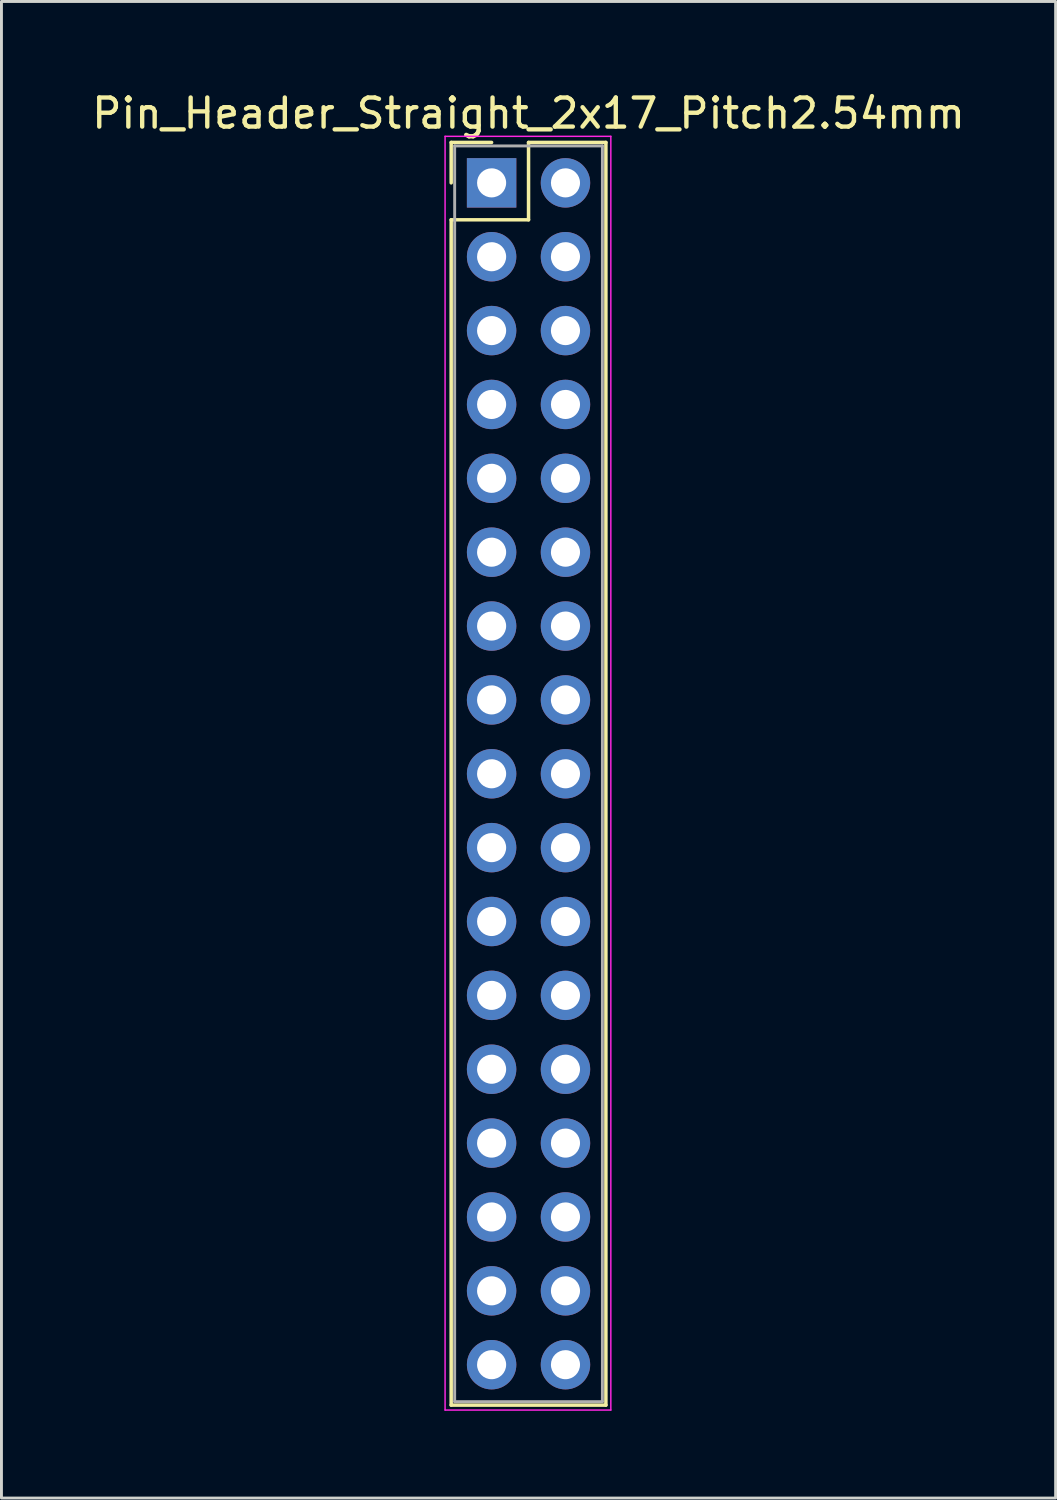
<source format=kicad_pcb>
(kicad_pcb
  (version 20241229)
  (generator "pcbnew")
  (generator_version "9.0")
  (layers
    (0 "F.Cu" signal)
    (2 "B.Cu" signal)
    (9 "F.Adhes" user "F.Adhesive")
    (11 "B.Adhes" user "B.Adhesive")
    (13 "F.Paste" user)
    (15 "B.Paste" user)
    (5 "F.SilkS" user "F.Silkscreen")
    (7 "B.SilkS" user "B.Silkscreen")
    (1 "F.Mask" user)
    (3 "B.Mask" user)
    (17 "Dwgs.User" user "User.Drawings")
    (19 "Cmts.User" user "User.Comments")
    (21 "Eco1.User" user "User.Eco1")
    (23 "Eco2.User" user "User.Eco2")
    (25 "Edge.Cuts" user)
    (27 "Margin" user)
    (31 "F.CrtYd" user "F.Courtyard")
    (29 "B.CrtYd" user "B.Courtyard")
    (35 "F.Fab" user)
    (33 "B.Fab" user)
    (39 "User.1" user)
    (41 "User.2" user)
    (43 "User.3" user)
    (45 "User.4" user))
  (footprint "Pin_Header_Straight_2x17_Pitch2.54mm"
    (layer "F.Cu")
    (at 13.855 3.238)
    (property "Reference" "Pin_Header_Straight_2x17_Pitch2.54mm" (at 1.27 -2.39 0) (layer "F.SilkS") (effects (font (size 1 1) (thickness 0.15))))
    (attr through_hole)
    (fp_line (start -1.39 -1.39) (end 0 -1.39) (stroke (width 0.12) (type solid)) (layer "F.SilkS"))
    (fp_line (start -1.39 0) (end -1.39 -1.39) (stroke (width 0.12) (type solid)) (layer "F.SilkS"))
    (fp_line (start -1.39 1.27) (end -1.39 42.03) (stroke (width 0.12) (type solid)) (layer "F.SilkS"))
    (fp_line (start -1.39 42.03) (end 3.93 42.03) (stroke (width 0.12) (type solid)) (layer "F.SilkS"))
    (fp_line (start 1.27 -1.39) (end 1.27 1.27) (stroke (width 0.12) (type solid)) (layer "F.SilkS"))
    (fp_line (start 1.27 1.27) (end -1.39 1.27) (stroke (width 0.12) (type solid)) (layer "F.SilkS"))
    (fp_line (start 3.93 -1.39) (end 1.27 -1.39) (stroke (width 0.12) (type solid)) (layer "F.SilkS"))
    (fp_line (start 3.93 42.03) (end 3.93 -1.39) (stroke (width 0.12) (type solid)) (layer "F.SilkS"))
    (fp_line (start -1.6 -1.6) (end -1.6 42.2) (stroke (width 0.05) (type solid)) (layer "F.CrtYd"))
    (fp_line (start -1.6 42.2) (end 4.1 42.2) (stroke (width 0.05) (type solid)) (layer "F.CrtYd"))
    (fp_line (start 4.1 -1.6) (end -1.6 -1.6) (stroke (width 0.05) (type solid)) (layer "F.CrtYd"))
    (fp_line (start 4.1 42.2) (end 4.1 -1.6) (stroke (width 0.05) (type solid)) (layer "F.CrtYd"))
    (fp_line (start -1.27 -1.27) (end -1.27 41.91) (stroke (width 0.1) (type solid)) (layer "F.Fab"))
    (fp_line (start -1.27 41.91) (end 3.81 41.91) (stroke (width 0.1) (type solid)) (layer "F.Fab"))
    (fp_line (start 3.81 -1.27) (end -1.27 -1.27) (stroke (width 0.1) (type solid)) (layer "F.Fab"))
    (fp_line (start 3.81 41.91) (end 3.81 -1.27) (stroke (width 0.1) (type solid)) (layer "F.Fab"))
    (pad "1" thru_hole rect (at 0 0) (size 1.7 1.7) (drill 1) (layers "*.Cu" "*.Mask"))
    (pad "2" thru_hole oval (at 2.54 0) (size 1.7 1.7) (drill 1) (layers "*.Cu" "*.Mask"))
    (pad "3" thru_hole oval (at 0 2.54) (size 1.7 1.7) (drill 1) (layers "*.Cu" "*.Mask"))
    (pad "4" thru_hole oval (at 2.54 2.54) (size 1.7 1.7) (drill 1) (layers "*.Cu" "*.Mask"))
    (pad "5" thru_hole oval (at 0 5.08) (size 1.7 1.7) (drill 1) (layers "*.Cu" "*.Mask"))
    (pad "6" thru_hole oval (at 2.54 5.08) (size 1.7 1.7) (drill 1) (layers "*.Cu" "*.Mask"))
    (pad "7" thru_hole oval (at 0 7.62) (size 1.7 1.7) (drill 1) (layers "*.Cu" "*.Mask"))
    (pad "8" thru_hole oval (at 2.54 7.62) (size 1.7 1.7) (drill 1) (layers "*.Cu" "*.Mask"))
    (pad "9" thru_hole oval (at 0 10.16) (size 1.7 1.7) (drill 1) (layers "*.Cu" "*.Mask"))
    (pad "10" thru_hole oval (at 2.54 10.16) (size 1.7 1.7) (drill 1) (layers "*.Cu" "*.Mask"))
    (pad "11" thru_hole oval (at 0 12.7) (size 1.7 1.7) (drill 1) (layers "*.Cu" "*.Mask"))
    (pad "12" thru_hole oval (at 2.54 12.7) (size 1.7 1.7) (drill 1) (layers "*.Cu" "*.Mask"))
    (pad "13" thru_hole oval (at 0 15.24) (size 1.7 1.7) (drill 1) (layers "*.Cu" "*.Mask"))
    (pad "14" thru_hole oval (at 2.54 15.24) (size 1.7 1.7) (drill 1) (layers "*.Cu" "*.Mask"))
    (pad "15" thru_hole oval (at 0 17.78) (size 1.7 1.7) (drill 1) (layers "*.Cu" "*.Mask"))
    (pad "16" thru_hole oval (at 2.54 17.78) (size 1.7 1.7) (drill 1) (layers "*.Cu" "*.Mask"))
    (pad "17" thru_hole oval (at 0 20.32) (size 1.7 1.7) (drill 1) (layers "*.Cu" "*.Mask"))
    (pad "18" thru_hole oval (at 2.54 20.32) (size 1.7 1.7) (drill 1) (layers "*.Cu" "*.Mask"))
    (pad "19" thru_hole oval (at 0 22.86) (size 1.7 1.7) (drill 1) (layers "*.Cu" "*.Mask"))
    (pad "20" thru_hole oval (at 2.54 22.86) (size 1.7 1.7) (drill 1) (layers "*.Cu" "*.Mask"))
    (pad "21" thru_hole oval (at 0 25.4) (size 1.7 1.7) (drill 1) (layers "*.Cu" "*.Mask"))
    (pad "22" thru_hole oval (at 2.54 25.4) (size 1.7 1.7) (drill 1) (layers "*.Cu" "*.Mask"))
    (pad "23" thru_hole oval (at 0 27.94) (size 1.7 1.7) (drill 1) (layers "*.Cu" "*.Mask"))
    (pad "24" thru_hole oval (at 2.54 27.94) (size 1.7 1.7) (drill 1) (layers "*.Cu" "*.Mask"))
    (pad "25" thru_hole oval (at 0 30.48) (size 1.7 1.7) (drill 1) (layers "*.Cu" "*.Mask"))
    (pad "26" thru_hole oval (at 2.54 30.48) (size 1.7 1.7) (drill 1) (layers "*.Cu" "*.Mask"))
    (pad "27" thru_hole oval (at 0 33.02) (size 1.7 1.7) (drill 1) (layers "*.Cu" "*.Mask"))
    (pad "28" thru_hole oval (at 2.54 33.02) (size 1.7 1.7) (drill 1) (layers "*.Cu" "*.Mask"))
    (pad "29" thru_hole oval (at 0 35.56) (size 1.7 1.7) (drill 1) (layers "*.Cu" "*.Mask"))
    (pad "30" thru_hole oval (at 2.54 35.56) (size 1.7 1.7) (drill 1) (layers "*.Cu" "*.Mask"))
    (pad "31" thru_hole oval (at 0 38.1) (size 1.7 1.7) (drill 1) (layers "*.Cu" "*.Mask"))
    (pad "32" thru_hole oval (at 2.54 38.1) (size 1.7 1.7) (drill 1) (layers "*.Cu" "*.Mask"))
    (pad "33" thru_hole oval (at 0 40.64) (size 1.7 1.7) (drill 1) (layers "*.Cu" "*.Mask"))
    (pad "34" thru_hole oval (at 2.54 40.64) (size 1.7 1.7) (drill 1) (layers "*.Cu" "*.Mask")))
  (gr_rect
    (start -3 -3)
    (end 33.25 48.463)
    (stroke (width 0.1) (type default))
    (fill no)
    (layer "Edge.Cuts")))
</source>
